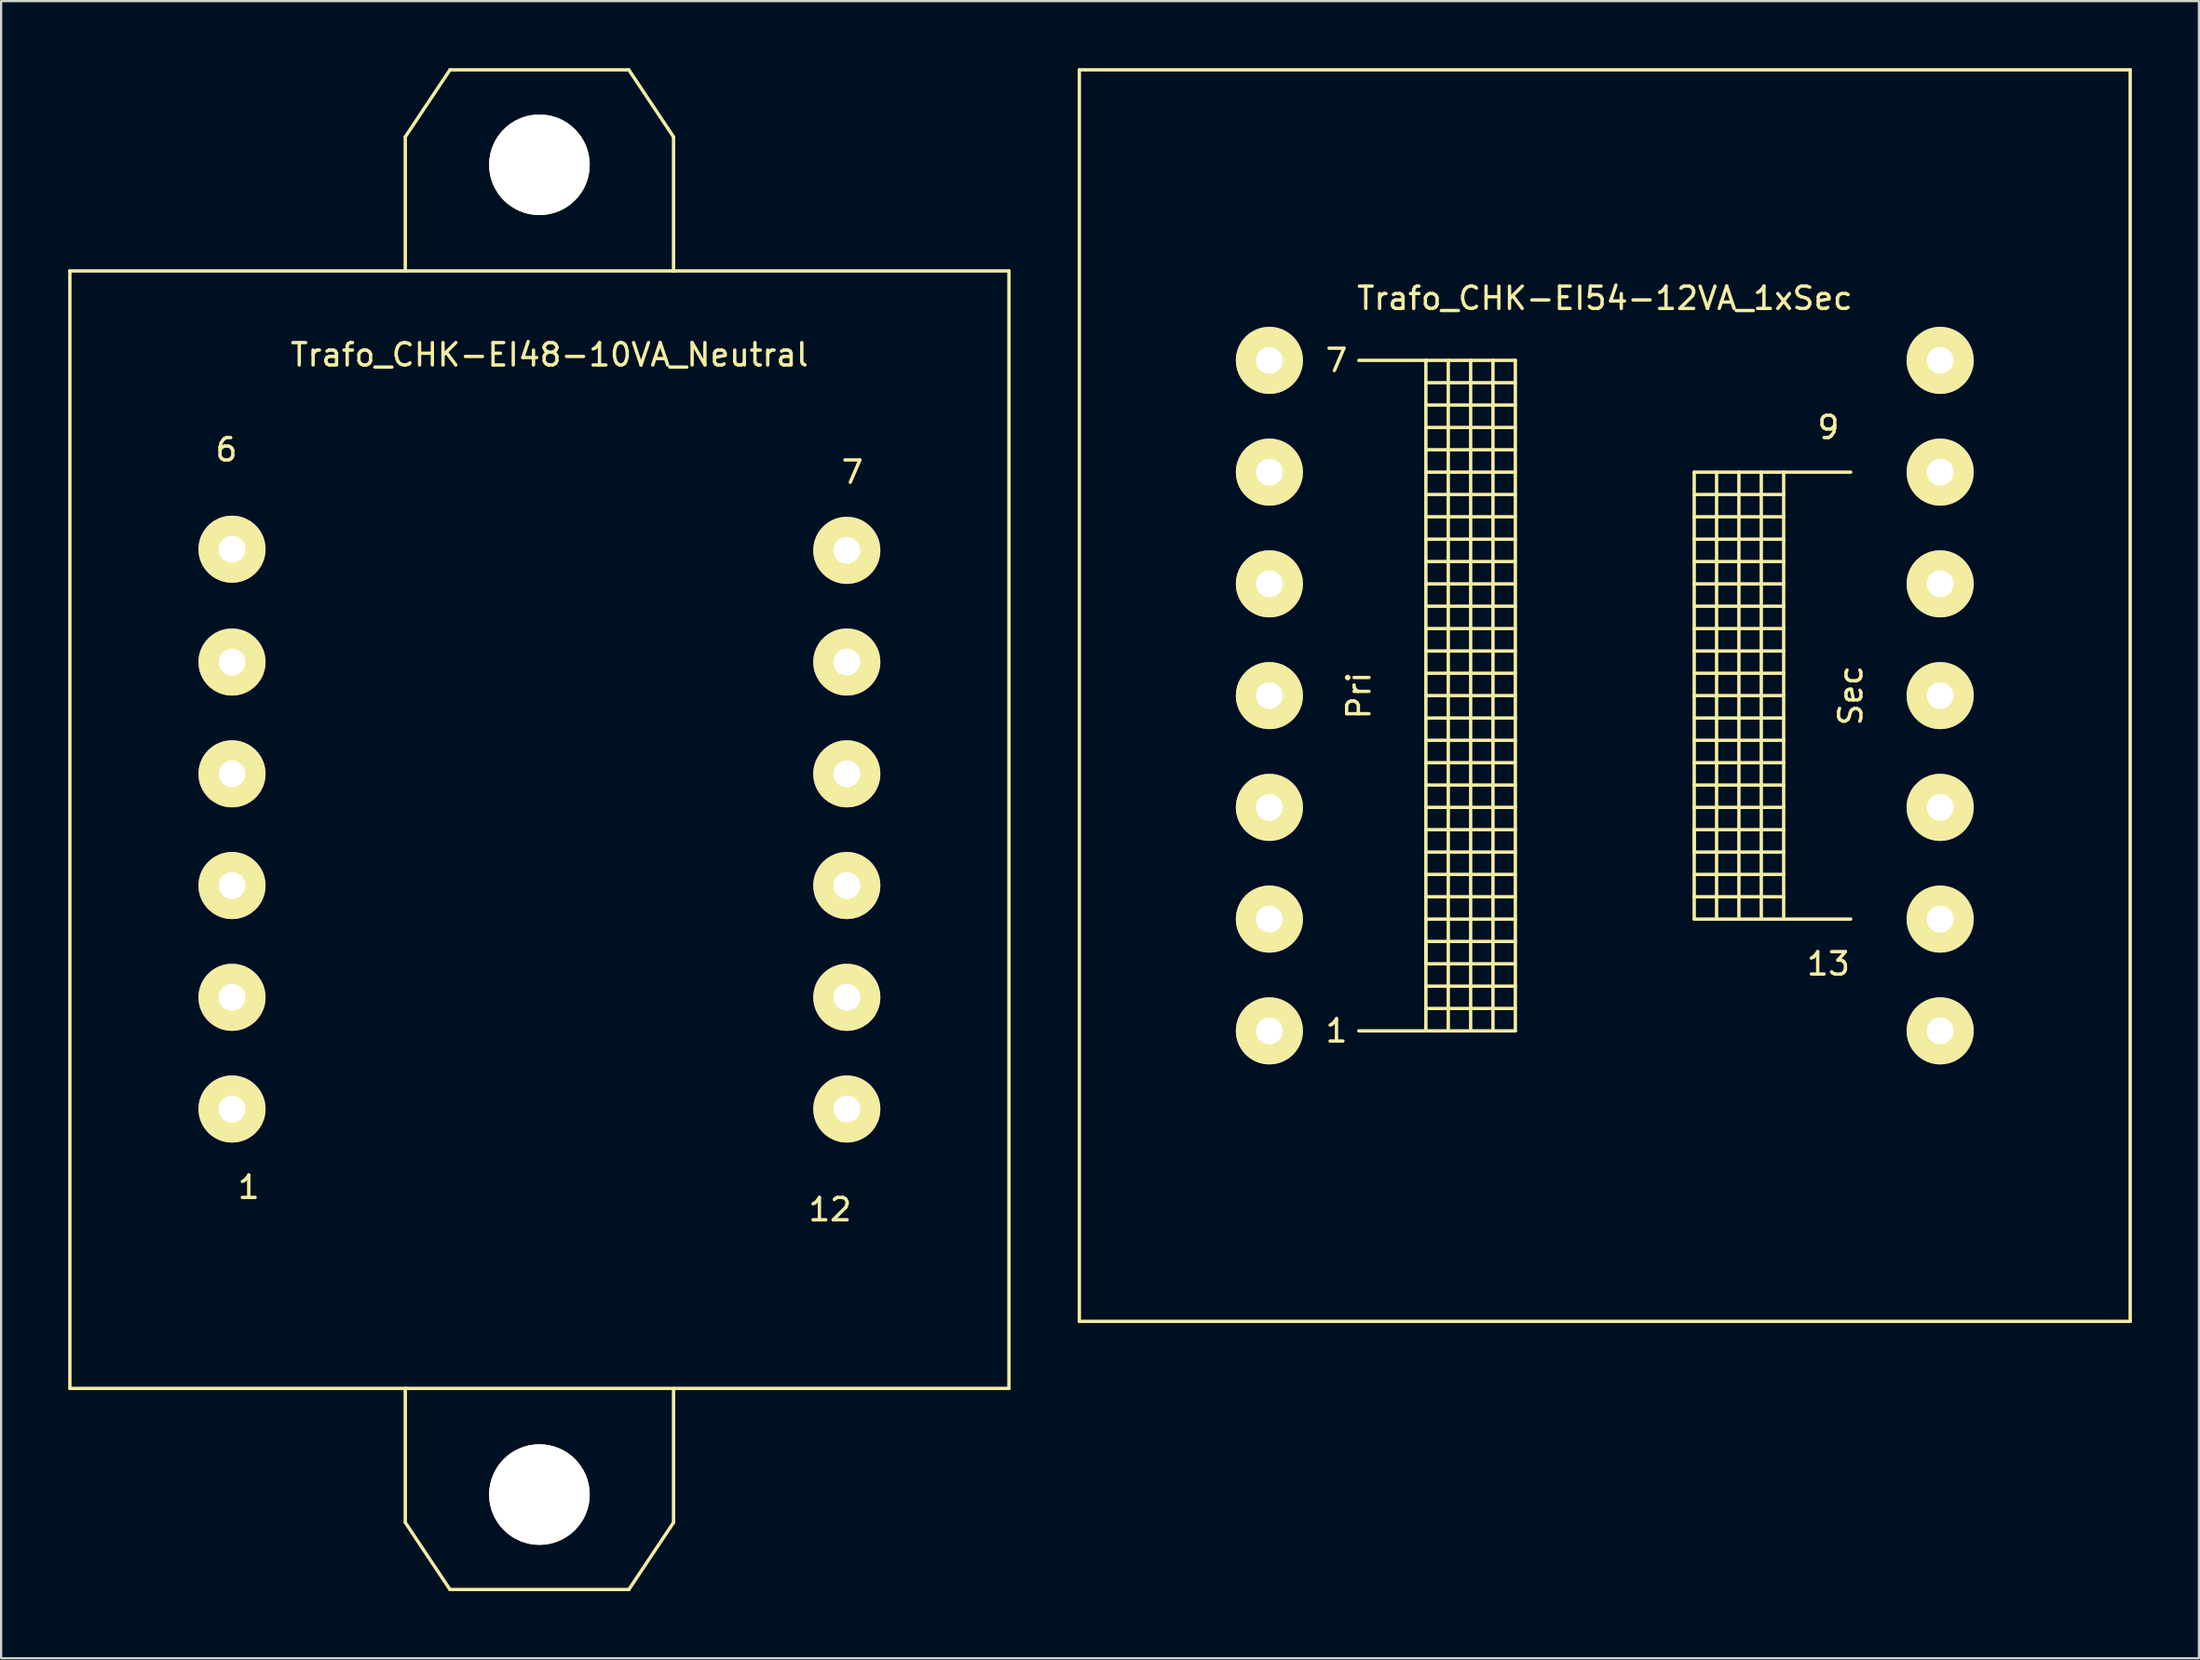
<source format=kicad_pcb>
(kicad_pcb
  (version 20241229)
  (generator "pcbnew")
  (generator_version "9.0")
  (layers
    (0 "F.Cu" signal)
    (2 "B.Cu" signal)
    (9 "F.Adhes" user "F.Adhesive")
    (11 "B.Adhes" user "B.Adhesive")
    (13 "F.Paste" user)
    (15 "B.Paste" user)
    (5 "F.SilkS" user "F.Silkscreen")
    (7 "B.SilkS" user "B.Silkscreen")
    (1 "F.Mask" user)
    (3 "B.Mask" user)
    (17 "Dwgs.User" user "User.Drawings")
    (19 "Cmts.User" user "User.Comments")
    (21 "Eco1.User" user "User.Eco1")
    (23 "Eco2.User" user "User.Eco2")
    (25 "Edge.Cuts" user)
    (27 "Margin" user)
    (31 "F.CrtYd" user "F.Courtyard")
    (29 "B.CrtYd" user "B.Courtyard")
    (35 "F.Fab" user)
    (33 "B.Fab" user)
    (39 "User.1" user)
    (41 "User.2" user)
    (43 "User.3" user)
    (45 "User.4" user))
  (footprint "Trafo_CHK-EI54-12VA_1xSec"
    (layer "F.Cu")
    (at 68.727 28.076)
    (property "Reference" "Trafo_CHK-EI54-12VA_1xSec" (at 0 -17.78 0) (layer "F.SilkS") (effects (font (size 1 1) (thickness 0.15))))
    (attr through_hole)
    (fp_line (start -23.5 -28.001) (end -23.5 28.001) (stroke (width 0.15) (type solid)) (layer "F.SilkS"))
    (fp_line (start -23.5 28.001) (end 23.5 28.001) (stroke (width 0.15) (type solid)) (layer "F.SilkS"))
    (fp_line (start -11.001 -15.001) (end -8.001 -15.001) (stroke (width 0.15) (type solid)) (layer "F.SilkS"))
    (fp_line (start -8.001 -15.001) (end -8.001 15.001) (stroke (width 0.15) (type solid)) (layer "F.SilkS"))
    (fp_line (start -8.001 -15.001) (end -4 -15.001) (stroke (width 0.15) (type solid)) (layer "F.SilkS"))
    (fp_line (start -8.001 -14) (end -4 -14) (stroke (width 0.15) (type solid)) (layer "F.SilkS"))
    (fp_line (start -8.001 -11.999) (end -4 -11.999) (stroke (width 0.15) (type solid)) (layer "F.SilkS"))
    (fp_line (start -8.001 -10) (end -4 -10) (stroke (width 0.15) (type solid)) (layer "F.SilkS"))
    (fp_line (start -8.001 -8.001) (end -4 -8.001) (stroke (width 0.15) (type solid)) (layer "F.SilkS"))
    (fp_line (start -8.001 -5.999) (end -4 -5.999) (stroke (width 0.15) (type solid)) (layer "F.SilkS"))
    (fp_line (start -8.001 -4) (end -4 -4) (stroke (width 0.15) (type solid)) (layer "F.SilkS"))
    (fp_line (start -8.001 -1.999) (end -4 -1.999) (stroke (width 0.15) (type solid)) (layer "F.SilkS"))
    (fp_line (start -8.001 0) (end -4 0) (stroke (width 0.15) (type solid)) (layer "F.SilkS"))
    (fp_line (start -8.001 1.999) (end -4 1.999) (stroke (width 0.15) (type solid)) (layer "F.SilkS"))
    (fp_line (start -8.001 4) (end -4 4) (stroke (width 0.15) (type solid)) (layer "F.SilkS"))
    (fp_line (start -8.001 5.999) (end -4 5.999) (stroke (width 0.15) (type solid)) (layer "F.SilkS"))
    (fp_line (start -8.001 8.001) (end -4 8.001) (stroke (width 0.15) (type solid)) (layer "F.SilkS"))
    (fp_line (start -8.001 10) (end -4 10) (stroke (width 0.15) (type solid)) (layer "F.SilkS"))
    (fp_line (start -8.001 11.001) (end -8.001 11.999) (stroke (width 0.15) (type solid)) (layer "F.SilkS"))
    (fp_line (start -8.001 11.999) (end -4 11.999) (stroke (width 0.15) (type solid)) (layer "F.SilkS"))
    (fp_line (start -8.001 14) (end -4 14) (stroke (width 0.15) (type solid)) (layer "F.SilkS"))
    (fp_line (start -8.001 15.001) (end -11.001 15.001) (stroke (width 0.15) (type solid)) (layer "F.SilkS"))
    (fp_line (start -7 -15.001) (end -7 15.001) (stroke (width 0.15) (type solid)) (layer "F.SilkS"))
    (fp_line (start -5.999 -15.001) (end -5.999 15.001) (stroke (width 0.15) (type solid)) (layer "F.SilkS"))
    (fp_line (start -5.001 3) (end -8.001 3) (stroke (width 0.15) (type solid)) (layer "F.SilkS"))
    (fp_line (start -5.001 3) (end -4 3) (stroke (width 0.15) (type solid)) (layer "F.SilkS"))
    (fp_line (start -5.001 15.001) (end -5.001 -15.001) (stroke (width 0.15) (type solid)) (layer "F.SilkS"))
    (fp_line (start -4 -15.001) (end -4 15.001) (stroke (width 0.15) (type solid)) (layer "F.SilkS"))
    (fp_line (start -4 -13) (end -8.001 -13) (stroke (width 0.15) (type solid)) (layer "F.SilkS"))
    (fp_line (start -4 -11.001) (end -8.001 -11.001) (stroke (width 0.15) (type solid)) (layer "F.SilkS"))
    (fp_line (start -4 -8.999) (end -8.001 -8.999) (stroke (width 0.15) (type solid)) (layer "F.SilkS"))
    (fp_line (start -4 -7) (end -8.001 -7) (stroke (width 0.15) (type solid)) (layer "F.SilkS"))
    (fp_line (start -4 -5.001) (end -8.001 -5.001) (stroke (width 0.15) (type solid)) (layer "F.SilkS"))
    (fp_line (start -4 -3) (end -8.001 -3) (stroke (width 0.15) (type solid)) (layer "F.SilkS"))
    (fp_line (start -4 -1.001) (end -8.001 -1.001) (stroke (width 0.15) (type solid)) (layer "F.SilkS"))
    (fp_line (start -4 1.001) (end -8.001 1.001) (stroke (width 0.15) (type solid)) (layer "F.SilkS"))
    (fp_line (start -4 5.001) (end -8.001 5.001) (stroke (width 0.15) (type solid)) (layer "F.SilkS"))
    (fp_line (start -4 7) (end -8.001 7) (stroke (width 0.15) (type solid)) (layer "F.SilkS"))
    (fp_line (start -4 8.999) (end -8.001 8.999) (stroke (width 0.15) (type solid)) (layer "F.SilkS"))
    (fp_line (start -4 11.001) (end -8.001 11.001) (stroke (width 0.15) (type solid)) (layer "F.SilkS"))
    (fp_line (start -4 13) (end -8.001 13) (stroke (width 0.15) (type solid)) (layer "F.SilkS"))
    (fp_line (start -4 15.001) (end -8.001 15.001) (stroke (width 0.15) (type solid)) (layer "F.SilkS"))
    (fp_line (start 4 -10) (end 4 10) (stroke (width 0.15) (type solid)) (layer "F.SilkS"))
    (fp_line (start 4 -8.999) (end 8.001 -8.999) (stroke (width 0.15) (type solid)) (layer "F.SilkS"))
    (fp_line (start 4 -7) (end 8.001 -7) (stroke (width 0.15) (type solid)) (layer "F.SilkS"))
    (fp_line (start 4 -5.001) (end 8.001 -5.001) (stroke (width 0.15) (type solid)) (layer "F.SilkS"))
    (fp_line (start 4 -3) (end 8.001 -3) (stroke (width 0.15) (type solid)) (layer "F.SilkS"))
    (fp_line (start 4 -1.001) (end 8.001 -1.001) (stroke (width 0.15) (type solid)) (layer "F.SilkS"))
    (fp_line (start 4 1.001) (end 8.001 1.001) (stroke (width 0.15) (type solid)) (layer "F.SilkS"))
    (fp_line (start 4 3) (end 8.001 3) (stroke (width 0.15) (type solid)) (layer "F.SilkS"))
    (fp_line (start 4 5.001) (end 8.001 5.001) (stroke (width 0.15) (type solid)) (layer "F.SilkS"))
    (fp_line (start 4 5.999) (end 4 7) (stroke (width 0.15) (type solid)) (layer "F.SilkS"))
    (fp_line (start 4 7) (end 8.001 7) (stroke (width 0.15) (type solid)) (layer "F.SilkS"))
    (fp_line (start 4 8.999) (end 8.001 8.999) (stroke (width 0.15) (type solid)) (layer "F.SilkS"))
    (fp_line (start 4 10) (end 8.001 10) (stroke (width 0.15) (type solid)) (layer "F.SilkS"))
    (fp_line (start 5.001 10) (end 5.001 -10) (stroke (width 0.15) (type solid)) (layer "F.SilkS"))
    (fp_line (start 5.999 -10) (end 5.999 10) (stroke (width 0.15) (type solid)) (layer "F.SilkS"))
    (fp_line (start 7 10) (end 7 -10) (stroke (width 0.15) (type solid)) (layer "F.SilkS"))
    (fp_line (start 8.001 -10) (end 4 -10) (stroke (width 0.15) (type solid)) (layer "F.SilkS"))
    (fp_line (start 8.001 -10) (end 8.001 10) (stroke (width 0.15) (type solid)) (layer "F.SilkS"))
    (fp_line (start 8.001 -8.001) (end 4 -8.001) (stroke (width 0.15) (type solid)) (layer "F.SilkS"))
    (fp_line (start 8.001 -5.999) (end 4 -5.999) (stroke (width 0.15) (type solid)) (layer "F.SilkS"))
    (fp_line (start 8.001 -4) (end 4 -4) (stroke (width 0.15) (type solid)) (layer "F.SilkS"))
    (fp_line (start 8.001 -1.999) (end 4 -1.999) (stroke (width 0.15) (type solid)) (layer "F.SilkS"))
    (fp_line (start 8.001 0) (end 4 0) (stroke (width 0.15) (type solid)) (layer "F.SilkS"))
    (fp_line (start 8.001 1.999) (end 4 1.999) (stroke (width 0.15) (type solid)) (layer "F.SilkS"))
    (fp_line (start 8.001 4) (end 4 4) (stroke (width 0.15) (type solid)) (layer "F.SilkS"))
    (fp_line (start 8.001 5.999) (end 4 5.999) (stroke (width 0.15) (type solid)) (layer "F.SilkS"))
    (fp_line (start 8.001 8.001) (end 4 8.001) (stroke (width 0.15) (type solid)) (layer "F.SilkS"))
    (fp_line (start 8.001 10) (end 11.001 10) (stroke (width 0.15) (type solid)) (layer "F.SilkS"))
    (fp_line (start 11.001 -10) (end 8.001 -10) (stroke (width 0.15) (type solid)) (layer "F.SilkS"))
    (fp_line (start 23.5 -28.001) (end -23.5 -28.001) (stroke (width 0.15) (type solid)) (layer "F.SilkS"))
    (fp_line (start 23.5 28.001) (end 23.5 -28.001) (stroke (width 0.15) (type solid)) (layer "F.SilkS"))
    (fp_text user "Sec" (at 11.001 0 90) (layer "F.SilkS") (effects (font (size 1 1) (thickness 0.15))))
    (fp_text user "1" (at -11.999 15.001 0) (layer "F.SilkS") (effects (font (size 1 1) (thickness 0.15))))
    (fp_text user "7" (at -11.999 -15.001 0) (layer "F.SilkS") (effects (font (size 1 1) (thickness 0.15))))
    (fp_text user "13" (at 10 12.002 0) (layer "F.SilkS") (effects (font (size 1 1) (thickness 0.15))))
    (fp_text user "9" (at 10 -12.002 0) (layer "F.SilkS") (effects (font (size 1 1) (thickness 0.15))))
    (fp_text user "Pri" (at -11.001 0 90) (layer "F.SilkS") (effects (font (size 1 1) (thickness 0.15))))
    (pad "1" thru_hole circle (at -15.001 15.001) (size 3 3) (drill 1.199) (layers "*.Cu" "*.Mask" "F.SilkS"))
    (pad "2" thru_hole circle (at -15.001 10) (size 3 3) (drill 1.199) (layers "*.Cu" "*.Mask" "F.SilkS"))
    (pad "3" thru_hole circle (at -15.001 5.001) (size 3 3) (drill 1.199) (layers "*.Cu" "*.Mask" "F.SilkS"))
    (pad "4" thru_hole circle (at -15.001 0) (size 3 3) (drill 1.199) (layers "*.Cu" "*.Mask" "F.SilkS"))
    (pad "5" thru_hole circle (at -15.001 -5.001) (size 3 3) (drill 1.199) (layers "*.Cu" "*.Mask" "F.SilkS"))
    (pad "6" thru_hole circle (at -15.001 -10) (size 3 3) (drill 1.199) (layers "*.Cu" "*.Mask" "F.SilkS"))
    (pad "7" thru_hole circle (at -15.001 -15.001) (size 3 3) (drill 1.199) (layers "*.Cu" "*.Mask" "F.SilkS"))
    (pad "8" thru_hole circle (at 15.001 -15.001) (size 3 3) (drill 1.199) (layers "*.Cu" "*.Mask" "F.SilkS"))
    (pad "9" thru_hole circle (at 15.001 -10) (size 3 3) (drill 1.199) (layers "*.Cu" "*.Mask" "F.SilkS"))
    (pad "10" thru_hole circle (at 15.001 -5.001) (size 3 3) (drill 1.199) (layers "*.Cu" "*.Mask" "F.SilkS"))
    (pad "11" thru_hole circle (at 15.001 0) (size 3 3) (drill 1.199) (layers "*.Cu" "*.Mask" "F.SilkS"))
    (pad "12" thru_hole circle (at 15.001 5.001) (size 3 3) (drill 1.199) (layers "*.Cu" "*.Mask" "F.SilkS"))
    (pad "13" thru_hole circle (at 15.001 10) (size 3 3) (drill 1.199) (layers "*.Cu" "*.Mask" "F.SilkS"))
    (pad "14" thru_hole circle (at 15.001 15.001) (size 3 3) (drill 1.199) (layers "*.Cu" "*.Mask" "F.SilkS")))
  (footprint "Trafo_CHK-EI48-10VA_Neutral"
    (layer "F.Cu")
    (at 21.076 34.075)
    (property "Reference" "Trafo_CHK-EI48-10VA_Neutral" (at 0.45 -21.25 0) (layer "F.SilkS") (effects (font (size 1 1) (thickness 0.15))))
    (attr through_hole)
    (fp_line (start -21.001 -25.001) (end -21.001 25.001) (stroke (width 0.15) (type solid)) (layer "F.SilkS"))
    (fp_line (start -21.001 25.001) (end 21.001 25.001) (stroke (width 0.15) (type solid)) (layer "F.SilkS"))
    (fp_line (start -5.999 -31.001) (end -5.999 -25.001) (stroke (width 0.15) (type solid)) (layer "F.SilkS"))
    (fp_line (start -5.999 31.001) (end -5.999 25.001) (stroke (width 0.15) (type solid)) (layer "F.SilkS"))
    (fp_line (start -4 -34) (end -5.999 -31.001) (stroke (width 0.15) (type solid)) (layer "F.SilkS"))
    (fp_line (start -4 34) (end -5.999 31.001) (stroke (width 0.15) (type solid)) (layer "F.SilkS"))
    (fp_line (start 4 -34) (end -4 -34) (stroke (width 0.15) (type solid)) (layer "F.SilkS"))
    (fp_line (start 4 34) (end -4 34) (stroke (width 0.15) (type solid)) (layer "F.SilkS"))
    (fp_line (start 5.999 -31.001) (end 4 -34) (stroke (width 0.15) (type solid)) (layer "F.SilkS"))
    (fp_line (start 5.999 -25.001) (end 5.999 -31.001) (stroke (width 0.15) (type solid)) (layer "F.SilkS"))
    (fp_line (start 5.999 25.001) (end 5.999 31.001) (stroke (width 0.15) (type solid)) (layer "F.SilkS"))
    (fp_line (start 5.999 31.001) (end 4 34) (stroke (width 0.15) (type solid)) (layer "F.SilkS"))
    (fp_line (start 21.001 -25.001) (end -21.001 -25.001) (stroke (width 0.15) (type solid)) (layer "F.SilkS"))
    (fp_line (start 21.001 25.001) (end 21.001 -25.001) (stroke (width 0.15) (type solid)) (layer "F.SilkS"))
    (fp_text user "6" (at -14 -17 0) (layer "F.SilkS") (effects (font (size 1 1) (thickness 0.15))))
    (fp_text user "12" (at 13 17 0) (layer "F.SilkS") (effects (font (size 1 1) (thickness 0.15))))
    (fp_text user "7" (at 14 -15.999 0) (layer "F.SilkS") (effects (font (size 1 1) (thickness 0.15))))
    (fp_text user "1" (at -13 15.999 0) (layer "F.SilkS") (effects (font (size 1 1) (thickness 0.15))))
    (pad "" np_thru_hole circle (at 0 -29.751) (size 4.501 4.501) (drill 4.501) (layers "*.Cu" "*.Mask" "F.SilkS"))
    (pad "" np_thru_hole circle (at 0 29.751) (size 4.501 4.501) (drill 4.501) (layers "*.Cu" "*.Mask" "F.SilkS"))
    (pad "1" thru_hole circle (at -13.749 12.499) (size 3 3) (drill 1.199) (layers "*.Cu" "*.Mask" "F.SilkS"))
    (pad "2" thru_hole circle (at -13.749 7.501) (size 3 3) (drill 1.199) (layers "*.Cu" "*.Mask" "F.SilkS"))
    (pad "3" thru_hole circle (at -13.749 2.499) (size 3 3) (drill 1.199) (layers "*.Cu" "*.Mask" "F.SilkS"))
    (pad "4" thru_hole circle (at -13.749 -2.499) (size 3 3) (drill 1.199) (layers "*.Cu" "*.Mask" "F.SilkS"))
    (pad "5" thru_hole circle (at -13.749 -7.501) (size 3 3) (drill 1.199) (layers "*.Cu" "*.Mask" "F.SilkS"))
    (pad "6" thru_hole circle (at -13.749 -12.55) (size 3 3) (drill 1.199) (layers "*.Cu" "*.Mask" "F.SilkS"))
    (pad "7" thru_hole circle (at 13.749 -12.499) (size 3 3) (drill 1.199) (layers "*.Cu" "*.Mask" "F.SilkS"))
    (pad "8" thru_hole circle (at 13.749 -7.501) (size 3 3) (drill 1.199) (layers "*.Cu" "*.Mask" "F.SilkS"))
    (pad "9" thru_hole circle (at 13.749 -2.499) (size 3 3) (drill 1.199) (layers "*.Cu" "*.Mask" "F.SilkS"))
    (pad "10" thru_hole circle (at 13.749 2.499) (size 3 3) (drill 1.199) (layers "*.Cu" "*.Mask" "F.SilkS"))
    (pad "11" thru_hole circle (at 13.749 7.501) (size 3 3) (drill 1.199) (layers "*.Cu" "*.Mask" "F.SilkS"))
    (pad "12" thru_hole circle (at 13.749 12.499) (size 3 3) (drill 1.199) (layers "*.Cu" "*.Mask" "F.SilkS")))
  (gr_rect
    (start -3 -3)
    (end 95.302 71.151)
    (stroke (width 0.1) (type default))
    (fill no)
    (layer "Edge.Cuts")))
</source>
